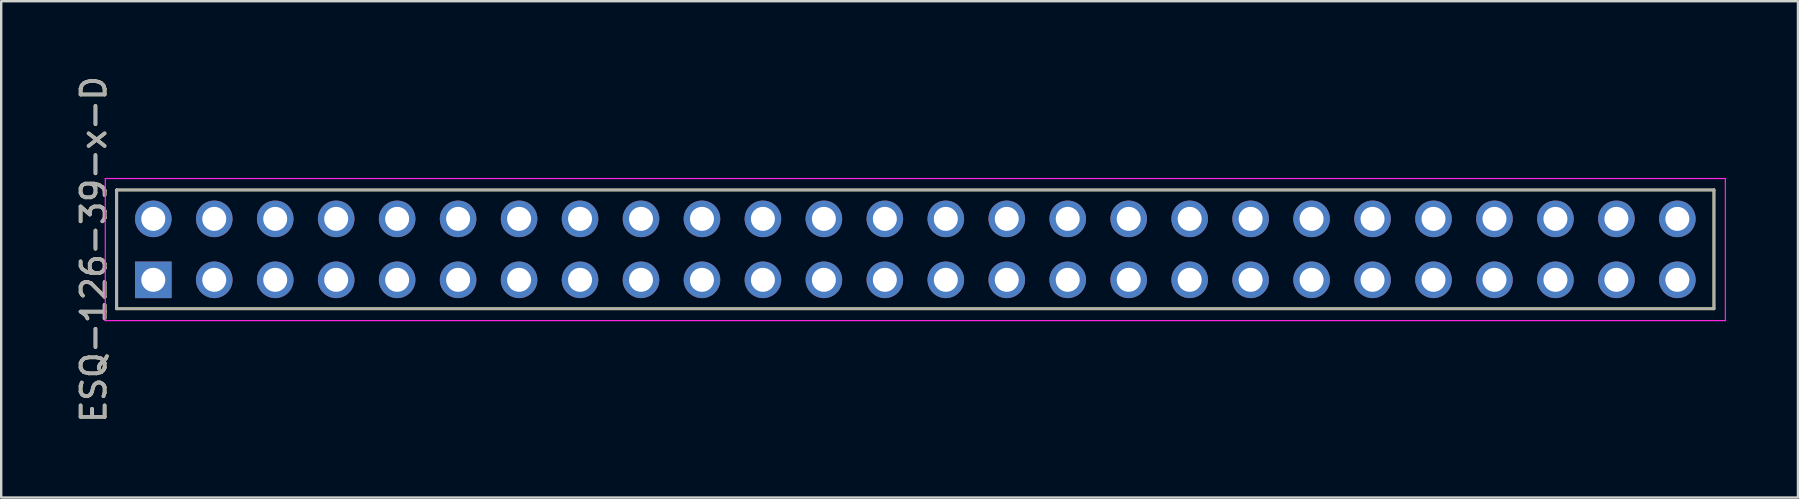
<source format=kicad_pcb>
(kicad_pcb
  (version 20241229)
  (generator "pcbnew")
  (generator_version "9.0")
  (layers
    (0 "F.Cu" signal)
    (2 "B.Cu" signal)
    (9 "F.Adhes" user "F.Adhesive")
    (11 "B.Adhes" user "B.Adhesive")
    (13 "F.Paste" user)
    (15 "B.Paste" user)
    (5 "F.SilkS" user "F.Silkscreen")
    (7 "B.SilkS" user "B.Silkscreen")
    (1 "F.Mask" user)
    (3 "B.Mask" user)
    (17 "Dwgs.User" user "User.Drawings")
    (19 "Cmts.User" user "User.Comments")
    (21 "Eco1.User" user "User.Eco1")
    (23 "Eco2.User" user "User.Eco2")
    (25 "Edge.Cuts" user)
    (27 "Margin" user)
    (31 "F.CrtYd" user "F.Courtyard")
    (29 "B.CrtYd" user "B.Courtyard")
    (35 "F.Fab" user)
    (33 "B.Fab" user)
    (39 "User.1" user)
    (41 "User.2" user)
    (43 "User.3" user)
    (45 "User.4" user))
  (footprint "ESQ-126-39-x-D"
    (layer "F.Cu")
    (at 3.337 8.609)
    (property "Reference" "ESQ-126-39-x-D" (at -2.48 -1.27 90) (layer "F.SilkS") (effects (font (size 1 1) (thickness 0.15))))
    (attr through_hole)
    (fp_line (start -1.525 -3.745) (end -1.525 1.205) (stroke (width 0.12) (type solid)) (layer "F.SilkS"))
    (fp_line (start -1.525 -3.745) (end 65.025 -3.745) (stroke (width 0.12) (type solid)) (layer "F.SilkS"))
    (fp_line (start -1.525 1.205) (end 65.025 1.205) (stroke (width 0.12) (type solid)) (layer "F.SilkS"))
    (fp_line (start 65.025 -3.745) (end 65.025 1.205) (stroke (width 0.12) (type solid)) (layer "F.SilkS"))
    (fp_line (start -2 -4.22) (end -2 1.7) (stroke (width 0.05) (type solid)) (layer "F.CrtYd"))
    (fp_line (start -2 -4.22) (end 65.5 -4.22) (stroke (width 0.05) (type solid)) (layer "F.CrtYd"))
    (fp_line (start 65.5 1.7) (end -2 1.7) (stroke (width 0.05) (type solid)) (layer "F.CrtYd"))
    (fp_line (start 65.5 1.7) (end 65.5 -4.22) (stroke (width 0.05) (type solid)) (layer "F.CrtYd"))
    (fp_line (start -1.525 -3.745) (end 65.025 -3.745) (stroke (width 0.1) (type solid)) (layer "F.Fab"))
    (fp_line (start -1.525 1.205) (end -1.525 -3.745) (stroke (width 0.1) (type solid)) (layer "F.Fab"))
    (fp_line (start 65.025 -3.745) (end 65.025 1.205) (stroke (width 0.1) (type solid)) (layer "F.Fab"))
    (fp_line (start 65.025 1.205) (end -1.525 1.205) (stroke (width 0.1) (type solid)) (layer "F.Fab"))
    (fp_text user "${REFERENCE}" (at -2.489 -1.27 90) (unlocked yes) (layer "F.Fab") (effects (font (size 1 1) (thickness 0.15))))
    (pad "1" thru_hole rect (at 0 0) (size 1.524 1.524) (drill 1) (layers "*.Cu" "*.Mask"))
    (pad "2" thru_hole circle (at 0 -2.54) (size 1.524 1.524) (drill 1) (layers "*.Cu" "*.Mask"))
    (pad "3" thru_hole circle (at 2.54 0) (size 1.524 1.524) (drill 1) (layers "*.Cu" "*.Mask"))
    (pad "4" thru_hole circle (at 2.54 -2.54) (size 1.524 1.524) (drill 1) (layers "*.Cu" "*.Mask"))
    (pad "5" thru_hole circle (at 5.08 0) (size 1.524 1.524) (drill 1) (layers "*.Cu" "*.Mask"))
    (pad "6" thru_hole circle (at 5.08 -2.54) (size 1.524 1.524) (drill 1) (layers "*.Cu" "*.Mask"))
    (pad "7" thru_hole circle (at 7.62 0) (size 1.524 1.524) (drill 1) (layers "*.Cu" "*.Mask"))
    (pad "8" thru_hole circle (at 7.62 -2.54) (size 1.524 1.524) (drill 1) (layers "*.Cu" "*.Mask"))
    (pad "9" thru_hole circle (at 10.16 0) (size 1.524 1.524) (drill 1) (layers "*.Cu" "*.Mask"))
    (pad "10" thru_hole circle (at 10.16 -2.54) (size 1.524 1.524) (drill 1) (layers "*.Cu" "*.Mask"))
    (pad "11" thru_hole circle (at 12.7 0) (size 1.524 1.524) (drill 1) (layers "*.Cu" "*.Mask"))
    (pad "12" thru_hole circle (at 12.7 -2.54) (size 1.524 1.524) (drill 1) (layers "*.Cu" "*.Mask"))
    (pad "13" thru_hole circle (at 15.24 0) (size 1.524 1.524) (drill 1) (layers "*.Cu" "*.Mask"))
    (pad "14" thru_hole circle (at 15.24 -2.54) (size 1.524 1.524) (drill 1) (layers "*.Cu" "*.Mask"))
    (pad "15" thru_hole circle (at 17.78 0) (size 1.524 1.524) (drill 1) (layers "*.Cu" "*.Mask"))
    (pad "16" thru_hole circle (at 17.78 -2.54) (size 1.524 1.524) (drill 1) (layers "*.Cu" "*.Mask"))
    (pad "17" thru_hole circle (at 20.32 0) (size 1.524 1.524) (drill 1) (layers "*.Cu" "*.Mask"))
    (pad "18" thru_hole circle (at 20.32 -2.54) (size 1.524 1.524) (drill 1) (layers "*.Cu" "*.Mask"))
    (pad "19" thru_hole circle (at 22.86 0) (size 1.524 1.524) (drill 1) (layers "*.Cu" "*.Mask"))
    (pad "20" thru_hole circle (at 22.86 -2.54) (size 1.524 1.524) (drill 1) (layers "*.Cu" "*.Mask"))
    (pad "21" thru_hole circle (at 25.4 0) (size 1.524 1.524) (drill 1) (layers "*.Cu" "*.Mask"))
    (pad "22" thru_hole circle (at 25.4 -2.54) (size 1.524 1.524) (drill 1) (layers "*.Cu" "*.Mask"))
    (pad "23" thru_hole circle (at 27.94 0) (size 1.524 1.524) (drill 1) (layers "*.Cu" "*.Mask"))
    (pad "24" thru_hole circle (at 27.94 -2.54) (size 1.524 1.524) (drill 1) (layers "*.Cu" "*.Mask"))
    (pad "25" thru_hole circle (at 30.48 0) (size 1.524 1.524) (drill 1) (layers "*.Cu" "*.Mask"))
    (pad "26" thru_hole circle (at 30.48 -2.54) (size 1.524 1.524) (drill 1) (layers "*.Cu" "*.Mask"))
    (pad "27" thru_hole circle (at 33.02 0) (size 1.524 1.524) (drill 1) (layers "*.Cu" "*.Mask"))
    (pad "28" thru_hole circle (at 33.02 -2.54) (size 1.524 1.524) (drill 1) (layers "*.Cu" "*.Mask"))
    (pad "29" thru_hole circle (at 35.56 0) (size 1.524 1.524) (drill 1) (layers "*.Cu" "*.Mask"))
    (pad "30" thru_hole circle (at 35.56 -2.54) (size 1.524 1.524) (drill 1) (layers "*.Cu" "*.Mask"))
    (pad "31" thru_hole circle (at 38.1 0) (size 1.524 1.524) (drill 1) (layers "*.Cu" "*.Mask"))
    (pad "32" thru_hole circle (at 38.1 -2.54) (size 1.524 1.524) (drill 1) (layers "*.Cu" "*.Mask"))
    (pad "33" thru_hole circle (at 40.64 0) (size 1.524 1.524) (drill 1) (layers "*.Cu" "*.Mask"))
    (pad "34" thru_hole circle (at 40.64 -2.54) (size 1.524 1.524) (drill 1) (layers "*.Cu" "*.Mask"))
    (pad "35" thru_hole circle (at 43.18 0) (size 1.524 1.524) (drill 1) (layers "*.Cu" "*.Mask"))
    (pad "36" thru_hole circle (at 43.18 -2.54) (size 1.524 1.524) (drill 1) (layers "*.Cu" "*.Mask"))
    (pad "37" thru_hole circle (at 45.72 0) (size 1.524 1.524) (drill 1) (layers "*.Cu" "*.Mask"))
    (pad "38" thru_hole circle (at 45.72 -2.54) (size 1.524 1.524) (drill 1) (layers "*.Cu" "*.Mask"))
    (pad "39" thru_hole circle (at 48.26 0) (size 1.524 1.524) (drill 1) (layers "*.Cu" "*.Mask"))
    (pad "40" thru_hole circle (at 48.26 -2.54) (size 1.524 1.524) (drill 1) (layers "*.Cu" "*.Mask"))
    (pad "41" thru_hole circle (at 50.8 0) (size 1.524 1.524) (drill 1) (layers "*.Cu" "*.Mask"))
    (pad "42" thru_hole circle (at 50.8 -2.54) (size 1.524 1.524) (drill 1) (layers "*.Cu" "*.Mask"))
    (pad "43" thru_hole circle (at 53.34 0) (size 1.524 1.524) (drill 1) (layers "*.Cu" "*.Mask"))
    (pad "44" thru_hole circle (at 53.34 -2.54) (size 1.524 1.524) (drill 1) (layers "*.Cu" "*.Mask"))
    (pad "45" thru_hole circle (at 55.88 0) (size 1.524 1.524) (drill 1) (layers "*.Cu" "*.Mask"))
    (pad "46" thru_hole circle (at 55.88 -2.54) (size 1.524 1.524) (drill 1) (layers "*.Cu" "*.Mask"))
    (pad "47" thru_hole circle (at 58.42 0) (size 1.524 1.524) (drill 1) (layers "*.Cu" "*.Mask"))
    (pad "48" thru_hole circle (at 58.42 -2.54) (size 1.524 1.524) (drill 1) (layers "*.Cu" "*.Mask"))
    (pad "49" thru_hole circle (at 60.96 0) (size 1.524 1.524) (drill 1) (layers "*.Cu" "*.Mask"))
    (pad "50" thru_hole circle (at 60.96 -2.54) (size 1.524 1.524) (drill 1) (layers "*.Cu" "*.Mask"))
    (pad "51" thru_hole circle (at 63.5 0) (size 1.524 1.524) (drill 1) (layers "*.Cu" "*.Mask"))
    (pad "52" thru_hole circle (at 63.5 -2.54) (size 1.524 1.524) (drill 1) (layers "*.Cu" "*.Mask")))
  (gr_rect
    (start -3 -3)
    (end 71.862 17.679)
    (stroke (width 0.1) (type default))
    (fill no)
    (layer "Edge.Cuts")))
</source>
